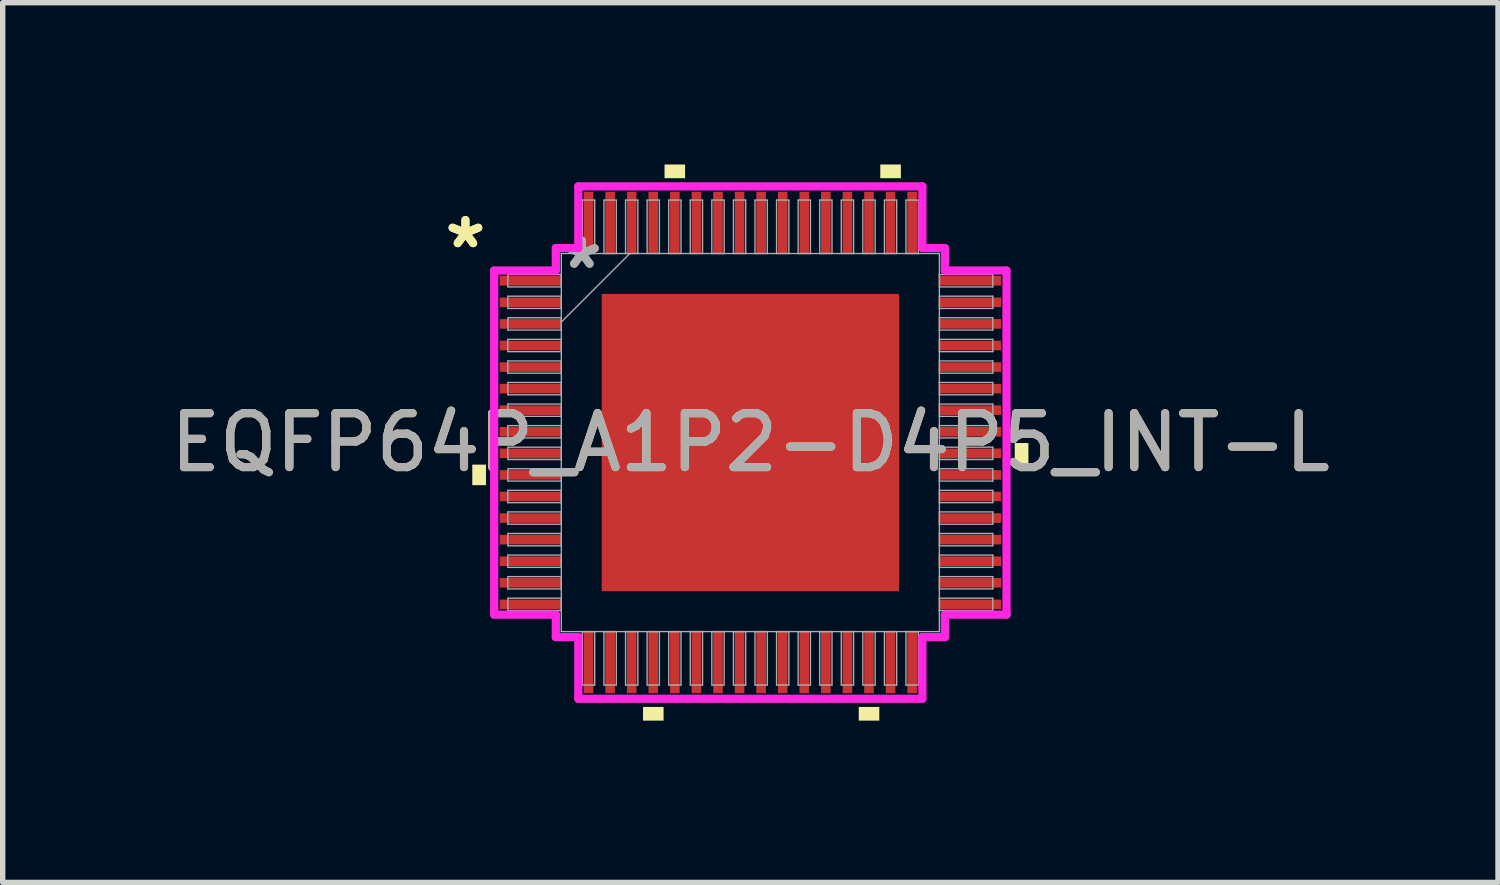
<source format=kicad_pcb>
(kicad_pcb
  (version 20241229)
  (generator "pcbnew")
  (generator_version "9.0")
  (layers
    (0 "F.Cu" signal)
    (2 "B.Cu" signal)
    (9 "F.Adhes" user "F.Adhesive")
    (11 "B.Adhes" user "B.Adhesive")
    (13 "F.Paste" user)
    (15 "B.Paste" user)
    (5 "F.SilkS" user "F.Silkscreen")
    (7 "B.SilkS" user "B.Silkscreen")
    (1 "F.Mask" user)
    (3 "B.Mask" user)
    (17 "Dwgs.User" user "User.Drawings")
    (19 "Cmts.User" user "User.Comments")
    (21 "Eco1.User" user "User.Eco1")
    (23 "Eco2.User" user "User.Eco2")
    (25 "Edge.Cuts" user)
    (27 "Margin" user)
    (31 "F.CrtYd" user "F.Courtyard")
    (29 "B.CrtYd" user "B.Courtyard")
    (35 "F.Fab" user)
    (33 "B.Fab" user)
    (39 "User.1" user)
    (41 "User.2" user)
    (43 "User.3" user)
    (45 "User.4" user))
  (footprint "EQFP64P_A1P2-D4P5_INT-L"
    (layer "F.Cu")
    (at 10.863 5.156)
    (property "Reference" "EQFP64P_A1P2-D4P5_INT-L" (at 0 0 0) (unlocked yes) (layer "F.SilkS") (effects (font (size 1 1) (thickness 0.15))))
    (attr smd)
    (fp_poly (pts (xy -5.156 0.409) (xy -5.156 0.79) (xy -4.902 0.79) (xy -4.902 0.409)) (stroke (width 0) (type solid)) (fill yes) (layer "F.SilkS"))
    (fp_poly (pts (xy -1.99 4.902) (xy -1.99 5.156) (xy -1.609 5.156) (xy -1.609 4.902)) (stroke (width 0) (type solid)) (fill yes) (layer "F.SilkS"))
    (fp_poly (pts (xy -1.591 -4.902) (xy -1.591 -5.156) (xy -1.21 -5.156) (xy -1.21 -4.902)) (stroke (width 0) (type solid)) (fill yes) (layer "F.SilkS"))
    (fp_poly (pts (xy 2.01 4.902) (xy 2.01 5.156) (xy 2.391 5.156) (xy 2.391 4.902)) (stroke (width 0) (type solid)) (fill yes) (layer "F.SilkS"))
    (fp_poly (pts (xy 2.409 -4.902) (xy 2.409 -5.156) (xy 2.791 -5.156) (xy 2.791 -4.902)) (stroke (width 0) (type solid)) (fill yes) (layer "F.SilkS"))
    (fp_poly (pts (xy 5.156 0.009) (xy 5.156 0.391) (xy 4.902 0.391) (xy 4.902 0.009)) (stroke (width 0) (type solid)) (fill yes) (layer "F.SilkS"))
    (fp_poly (pts (xy -2.656 -2.656) (xy -2.656 -1.478) (xy -1.478 -1.478) (xy -1.478 -2.656)) (stroke (width 0) (type solid)) (fill yes) (layer "F.Paste"))
    (fp_poly (pts (xy -2.656 -1.278) (xy -2.656 -0.1) (xy -1.478 -0.1) (xy -1.478 -1.278)) (stroke (width 0) (type solid)) (fill yes) (layer "F.Paste"))
    (fp_poly (pts (xy -2.656 0.1) (xy -2.656 1.278) (xy -1.478 1.278) (xy -1.478 0.1)) (stroke (width 0) (type solid)) (fill yes) (layer "F.Paste"))
    (fp_poly (pts (xy -2.656 1.478) (xy -2.656 2.656) (xy -1.478 2.656) (xy -1.478 1.478)) (stroke (width 0) (type solid)) (fill yes) (layer "F.Paste"))
    (fp_poly (pts (xy -1.278 -2.656) (xy -1.278 -1.478) (xy -0.1 -1.478) (xy -0.1 -2.656)) (stroke (width 0) (type solid)) (fill yes) (layer "F.Paste"))
    (fp_poly (pts (xy -1.278 -1.278) (xy -1.278 -0.1) (xy -0.1 -0.1) (xy -0.1 -1.278)) (stroke (width 0) (type solid)) (fill yes) (layer "F.Paste"))
    (fp_poly (pts (xy -1.278 0.1) (xy -1.278 1.278) (xy -0.1 1.278) (xy -0.1 0.1)) (stroke (width 0) (type solid)) (fill yes) (layer "F.Paste"))
    (fp_poly (pts (xy -1.278 1.478) (xy -1.278 2.656) (xy -0.1 2.656) (xy -0.1 1.478)) (stroke (width 0) (type solid)) (fill yes) (layer "F.Paste"))
    (fp_poly (pts (xy 0.1 -2.656) (xy 0.1 -1.478) (xy 1.278 -1.478) (xy 1.278 -2.656)) (stroke (width 0) (type solid)) (fill yes) (layer "F.Paste"))
    (fp_poly (pts (xy 0.1 -1.278) (xy 0.1 -0.1) (xy 1.278 -0.1) (xy 1.278 -1.278)) (stroke (width 0) (type solid)) (fill yes) (layer "F.Paste"))
    (fp_poly (pts (xy 0.1 0.1) (xy 0.1 1.278) (xy 1.278 1.278) (xy 1.278 0.1)) (stroke (width 0) (type solid)) (fill yes) (layer "F.Paste"))
    (fp_poly (pts (xy 0.1 1.478) (xy 0.1 2.656) (xy 1.278 2.656) (xy 1.278 1.478)) (stroke (width 0) (type solid)) (fill yes) (layer "F.Paste"))
    (fp_poly (pts (xy 1.478 -2.656) (xy 1.478 -1.478) (xy 2.656 -1.478) (xy 2.656 -2.656)) (stroke (width 0) (type solid)) (fill yes) (layer "F.Paste"))
    (fp_poly (pts (xy 1.478 -1.278) (xy 1.478 -0.1) (xy 2.656 -0.1) (xy 2.656 -1.278)) (stroke (width 0) (type solid)) (fill yes) (layer "F.Paste"))
    (fp_poly (pts (xy 1.478 0.1) (xy 1.478 1.278) (xy 2.656 1.278) (xy 2.656 0.1)) (stroke (width 0) (type solid)) (fill yes) (layer "F.Paste"))
    (fp_poly (pts (xy 1.478 1.478) (xy 1.478 2.656) (xy 2.656 2.656) (xy 2.656 1.478)) (stroke (width 0) (type solid)) (fill yes) (layer "F.Paste"))
    (fp_line (start -4.75 -3.19) (end -3.607 -3.19) (stroke (width 0.152) (type solid)) (layer "F.CrtYd"))
    (fp_line (start -4.75 3.19) (end -4.75 -3.19) (stroke (width 0.152) (type solid)) (layer "F.CrtYd"))
    (fp_line (start -3.607 -3.607) (end -3.19 -3.607) (stroke (width 0.152) (type solid)) (layer "F.CrtYd"))
    (fp_line (start -3.607 -3.19) (end -3.607 -3.607) (stroke (width 0.152) (type solid)) (layer "F.CrtYd"))
    (fp_line (start -3.607 3.19) (end -4.75 3.19) (stroke (width 0.152) (type solid)) (layer "F.CrtYd"))
    (fp_line (start -3.607 3.607) (end -3.607 3.19) (stroke (width 0.152) (type solid)) (layer "F.CrtYd"))
    (fp_line (start -3.607 3.607) (end -3.19 3.607) (stroke (width 0.152) (type solid)) (layer "F.CrtYd"))
    (fp_line (start -3.19 -4.75) (end 3.19 -4.75) (stroke (width 0.152) (type solid)) (layer "F.CrtYd"))
    (fp_line (start -3.19 -3.607) (end -3.19 -4.75) (stroke (width 0.152) (type solid)) (layer "F.CrtYd"))
    (fp_line (start -3.19 3.607) (end -3.19 4.75) (stroke (width 0.152) (type solid)) (layer "F.CrtYd"))
    (fp_line (start -3.19 4.75) (end 3.19 4.75) (stroke (width 0.152) (type solid)) (layer "F.CrtYd"))
    (fp_line (start 3.19 -4.75) (end 3.19 -3.607) (stroke (width 0.152) (type solid)) (layer "F.CrtYd"))
    (fp_line (start 3.19 -3.607) (end 3.607 -3.607) (stroke (width 0.152) (type solid)) (layer "F.CrtYd"))
    (fp_line (start 3.19 3.607) (end 3.607 3.607) (stroke (width 0.152) (type solid)) (layer "F.CrtYd"))
    (fp_line (start 3.19 4.75) (end 3.19 3.607) (stroke (width 0.152) (type solid)) (layer "F.CrtYd"))
    (fp_line (start 3.607 -3.19) (end 3.607 -3.607) (stroke (width 0.152) (type solid)) (layer "F.CrtYd"))
    (fp_line (start 3.607 3.19) (end 4.75 3.19) (stroke (width 0.152) (type solid)) (layer "F.CrtYd"))
    (fp_line (start 3.607 3.607) (end 3.607 3.19) (stroke (width 0.152) (type solid)) (layer "F.CrtYd"))
    (fp_line (start 4.75 -3.19) (end 3.607 -3.19) (stroke (width 0.152) (type solid)) (layer "F.CrtYd"))
    (fp_line (start 4.75 3.19) (end 4.75 -3.19) (stroke (width 0.152) (type solid)) (layer "F.CrtYd"))
    (fp_line (start -4.496 -3.114) (end -4.496 -2.886) (stroke (width 0.025) (type solid)) (layer "F.Fab"))
    (fp_line (start -4.496 -2.886) (end -3.505 -2.886) (stroke (width 0.025) (type solid)) (layer "F.Fab"))
    (fp_line (start -4.496 -2.714) (end -4.496 -2.486) (stroke (width 0.025) (type solid)) (layer "F.Fab"))
    (fp_line (start -4.496 -2.486) (end -3.505 -2.486) (stroke (width 0.025) (type solid)) (layer "F.Fab"))
    (fp_line (start -4.496 -2.314) (end -4.496 -2.086) (stroke (width 0.025) (type solid)) (layer "F.Fab"))
    (fp_line (start -4.496 -2.086) (end -3.505 -2.086) (stroke (width 0.025) (type solid)) (layer "F.Fab"))
    (fp_line (start -4.496 -1.914) (end -4.496 -1.686) (stroke (width 0.025) (type solid)) (layer "F.Fab"))
    (fp_line (start -4.496 -1.686) (end -3.505 -1.686) (stroke (width 0.025) (type solid)) (layer "F.Fab"))
    (fp_line (start -4.496 -1.514) (end -4.496 -1.286) (stroke (width 0.025) (type solid)) (layer "F.Fab"))
    (fp_line (start -4.496 -1.286) (end -3.505 -1.286) (stroke (width 0.025) (type solid)) (layer "F.Fab"))
    (fp_line (start -4.496 -1.114) (end -4.496 -0.886) (stroke (width 0.025) (type solid)) (layer "F.Fab"))
    (fp_line (start -4.496 -0.886) (end -3.505 -0.886) (stroke (width 0.025) (type solid)) (layer "F.Fab"))
    (fp_line (start -4.496 -0.714) (end -4.496 -0.486) (stroke (width 0.025) (type solid)) (layer "F.Fab"))
    (fp_line (start -4.496 -0.486) (end -3.505 -0.486) (stroke (width 0.025) (type solid)) (layer "F.Fab"))
    (fp_line (start -4.496 -0.314) (end -4.496 -0.086) (stroke (width 0.025) (type solid)) (layer "F.Fab"))
    (fp_line (start -4.496 -0.086) (end -3.505 -0.086) (stroke (width 0.025) (type solid)) (layer "F.Fab"))
    (fp_line (start -4.496 0.086) (end -4.496 0.314) (stroke (width 0.025) (type solid)) (layer "F.Fab"))
    (fp_line (start -4.496 0.314) (end -3.505 0.314) (stroke (width 0.025) (type solid)) (layer "F.Fab"))
    (fp_line (start -4.496 0.486) (end -4.496 0.714) (stroke (width 0.025) (type solid)) (layer "F.Fab"))
    (fp_line (start -4.496 0.714) (end -3.505 0.714) (stroke (width 0.025) (type solid)) (layer "F.Fab"))
    (fp_line (start -4.496 0.886) (end -4.496 1.114) (stroke (width 0.025) (type solid)) (layer "F.Fab"))
    (fp_line (start -4.496 1.114) (end -3.505 1.114) (stroke (width 0.025) (type solid)) (layer "F.Fab"))
    (fp_line (start -4.496 1.286) (end -4.496 1.514) (stroke (width 0.025) (type solid)) (layer "F.Fab"))
    (fp_line (start -4.496 1.514) (end -3.505 1.514) (stroke (width 0.025) (type solid)) (layer "F.Fab"))
    (fp_line (start -4.496 1.686) (end -4.496 1.914) (stroke (width 0.025) (type solid)) (layer "F.Fab"))
    (fp_line (start -4.496 1.914) (end -3.505 1.914) (stroke (width 0.025) (type solid)) (layer "F.Fab"))
    (fp_line (start -4.496 2.086) (end -4.496 2.314) (stroke (width 0.025) (type solid)) (layer "F.Fab"))
    (fp_line (start -4.496 2.314) (end -3.505 2.314) (stroke (width 0.025) (type solid)) (layer "F.Fab"))
    (fp_line (start -4.496 2.486) (end -4.496 2.714) (stroke (width 0.025) (type solid)) (layer "F.Fab"))
    (fp_line (start -4.496 2.714) (end -3.505 2.714) (stroke (width 0.025) (type solid)) (layer "F.Fab"))
    (fp_line (start -4.496 2.886) (end -4.496 3.114) (stroke (width 0.025) (type solid)) (layer "F.Fab"))
    (fp_line (start -4.496 3.114) (end -3.505 3.114) (stroke (width 0.025) (type solid)) (layer "F.Fab"))
    (fp_line (start -3.505 -3.505) (end -3.505 3.505) (stroke (width 0.025) (type solid)) (layer "F.Fab"))
    (fp_line (start -3.505 -3.114) (end -4.496 -3.114) (stroke (width 0.025) (type solid)) (layer "F.Fab"))
    (fp_line (start -3.505 -2.886) (end -3.505 -3.114) (stroke (width 0.025) (type solid)) (layer "F.Fab"))
    (fp_line (start -3.505 -2.714) (end -4.496 -2.714) (stroke (width 0.025) (type solid)) (layer "F.Fab"))
    (fp_line (start -3.505 -2.486) (end -3.505 -2.714) (stroke (width 0.025) (type solid)) (layer "F.Fab"))
    (fp_line (start -3.505 -2.314) (end -4.496 -2.314) (stroke (width 0.025) (type solid)) (layer "F.Fab"))
    (fp_line (start -3.505 -2.235) (end -2.235 -3.505) (stroke (width 0.025) (type solid)) (layer "F.Fab"))
    (fp_line (start -3.505 -2.086) (end -3.505 -2.314) (stroke (width 0.025) (type solid)) (layer "F.Fab"))
    (fp_line (start -3.505 -1.914) (end -4.496 -1.914) (stroke (width 0.025) (type solid)) (layer "F.Fab"))
    (fp_line (start -3.505 -1.686) (end -3.505 -1.914) (stroke (width 0.025) (type solid)) (layer "F.Fab"))
    (fp_line (start -3.505 -1.514) (end -4.496 -1.514) (stroke (width 0.025) (type solid)) (layer "F.Fab"))
    (fp_line (start -3.505 -1.286) (end -3.505 -1.514) (stroke (width 0.025) (type solid)) (layer "F.Fab"))
    (fp_line (start -3.505 -1.114) (end -4.496 -1.114) (stroke (width 0.025) (type solid)) (layer "F.Fab"))
    (fp_line (start -3.505 -0.886) (end -3.505 -1.114) (stroke (width 0.025) (type solid)) (layer "F.Fab"))
    (fp_line (start -3.505 -0.714) (end -4.496 -0.714) (stroke (width 0.025) (type solid)) (layer "F.Fab"))
    (fp_line (start -3.505 -0.486) (end -3.505 -0.714) (stroke (width 0.025) (type solid)) (layer "F.Fab"))
    (fp_line (start -3.505 -0.314) (end -4.496 -0.314) (stroke (width 0.025) (type solid)) (layer "F.Fab"))
    (fp_line (start -3.505 -0.086) (end -3.505 -0.314) (stroke (width 0.025) (type solid)) (layer "F.Fab"))
    (fp_line (start -3.505 0.086) (end -4.496 0.086) (stroke (width 0.025) (type solid)) (layer "F.Fab"))
    (fp_line (start -3.505 0.314) (end -3.505 0.086) (stroke (width 0.025) (type solid)) (layer "F.Fab"))
    (fp_line (start -3.505 0.486) (end -4.496 0.486) (stroke (width 0.025) (type solid)) (layer "F.Fab"))
    (fp_line (start -3.505 0.714) (end -3.505 0.486) (stroke (width 0.025) (type solid)) (layer "F.Fab"))
    (fp_line (start -3.505 0.886) (end -4.496 0.886) (stroke (width 0.025) (type solid)) (layer "F.Fab"))
    (fp_line (start -3.505 1.114) (end -3.505 0.886) (stroke (width 0.025) (type solid)) (layer "F.Fab"))
    (fp_line (start -3.505 1.286) (end -4.496 1.286) (stroke (width 0.025) (type solid)) (layer "F.Fab"))
    (fp_line (start -3.505 1.514) (end -3.505 1.286) (stroke (width 0.025) (type solid)) (layer "F.Fab"))
    (fp_line (start -3.505 1.686) (end -4.496 1.686) (stroke (width 0.025) (type solid)) (layer "F.Fab"))
    (fp_line (start -3.505 1.914) (end -3.505 1.686) (stroke (width 0.025) (type solid)) (layer "F.Fab"))
    (fp_line (start -3.505 2.086) (end -4.496 2.086) (stroke (width 0.025) (type solid)) (layer "F.Fab"))
    (fp_line (start -3.505 2.314) (end -3.505 2.086) (stroke (width 0.025) (type solid)) (layer "F.Fab"))
    (fp_line (start -3.505 2.486) (end -4.496 2.486) (stroke (width 0.025) (type solid)) (layer "F.Fab"))
    (fp_line (start -3.505 2.714) (end -3.505 2.486) (stroke (width 0.025) (type solid)) (layer "F.Fab"))
    (fp_line (start -3.505 2.886) (end -4.496 2.886) (stroke (width 0.025) (type solid)) (layer "F.Fab"))
    (fp_line (start -3.505 3.114) (end -3.505 2.886) (stroke (width 0.025) (type solid)) (layer "F.Fab"))
    (fp_line (start -3.505 3.505) (end 3.505 3.505) (stroke (width 0.025) (type solid)) (layer "F.Fab"))
    (fp_line (start -3.114 -4.496) (end -3.114 -3.505) (stroke (width 0.025) (type solid)) (layer "F.Fab"))
    (fp_line (start -3.114 -3.505) (end -2.886 -3.505) (stroke (width 0.025) (type solid)) (layer "F.Fab"))
    (fp_line (start -3.114 3.505) (end -3.114 4.496) (stroke (width 0.025) (type solid)) (layer "F.Fab"))
    (fp_line (start -3.114 4.496) (end -2.886 4.496) (stroke (width 0.025) (type solid)) (layer "F.Fab"))
    (fp_line (start -2.886 -4.496) (end -3.114 -4.496) (stroke (width 0.025) (type solid)) (layer "F.Fab"))
    (fp_line (start -2.886 -3.505) (end -2.886 -4.496) (stroke (width 0.025) (type solid)) (layer "F.Fab"))
    (fp_line (start -2.886 3.505) (end -3.114 3.505) (stroke (width 0.025) (type solid)) (layer "F.Fab"))
    (fp_line (start -2.886 4.496) (end -2.886 3.505) (stroke (width 0.025) (type solid)) (layer "F.Fab"))
    (fp_line (start -2.714 -4.496) (end -2.714 -3.505) (stroke (width 0.025) (type solid)) (layer "F.Fab"))
    (fp_line (start -2.714 -3.505) (end -2.486 -3.505) (stroke (width 0.025) (type solid)) (layer "F.Fab"))
    (fp_line (start -2.714 3.505) (end -2.714 4.496) (stroke (width 0.025) (type solid)) (layer "F.Fab"))
    (fp_line (start -2.714 4.496) (end -2.486 4.496) (stroke (width 0.025) (type solid)) (layer "F.Fab"))
    (fp_line (start -2.486 -4.496) (end -2.714 -4.496) (stroke (width 0.025) (type solid)) (layer "F.Fab"))
    (fp_line (start -2.486 -3.505) (end -2.486 -4.496) (stroke (width 0.025) (type solid)) (layer "F.Fab"))
    (fp_line (start -2.486 3.505) (end -2.714 3.505) (stroke (width 0.025) (type solid)) (layer "F.Fab"))
    (fp_line (start -2.486 4.496) (end -2.486 3.505) (stroke (width 0.025) (type solid)) (layer "F.Fab"))
    (fp_line (start -2.314 -4.496) (end -2.314 -3.505) (stroke (width 0.025) (type solid)) (layer "F.Fab"))
    (fp_line (start -2.314 -3.505) (end -2.086 -3.505) (stroke (width 0.025) (type solid)) (layer "F.Fab"))
    (fp_line (start -2.314 3.505) (end -2.314 4.496) (stroke (width 0.025) (type solid)) (layer "F.Fab"))
    (fp_line (start -2.314 4.496) (end -2.086 4.496) (stroke (width 0.025) (type solid)) (layer "F.Fab"))
    (fp_line (start -2.086 -4.496) (end -2.314 -4.496) (stroke (width 0.025) (type solid)) (layer "F.Fab"))
    (fp_line (start -2.086 -3.505) (end -2.086 -4.496) (stroke (width 0.025) (type solid)) (layer "F.Fab"))
    (fp_line (start -2.086 3.505) (end -2.314 3.505) (stroke (width 0.025) (type solid)) (layer "F.Fab"))
    (fp_line (start -2.086 4.496) (end -2.086 3.505) (stroke (width 0.025) (type solid)) (layer "F.Fab"))
    (fp_line (start -1.914 -4.496) (end -1.914 -3.505) (stroke (width 0.025) (type solid)) (layer "F.Fab"))
    (fp_line (start -1.914 -3.505) (end -1.686 -3.505) (stroke (width 0.025) (type solid)) (layer "F.Fab"))
    (fp_line (start -1.914 3.505) (end -1.914 4.496) (stroke (width 0.025) (type solid)) (layer "F.Fab"))
    (fp_line (start -1.914 4.496) (end -1.686 4.496) (stroke (width 0.025) (type solid)) (layer "F.Fab"))
    (fp_line (start -1.686 -4.496) (end -1.914 -4.496) (stroke (width 0.025) (type solid)) (layer "F.Fab"))
    (fp_line (start -1.686 -3.505) (end -1.686 -4.496) (stroke (width 0.025) (type solid)) (layer "F.Fab"))
    (fp_line (start -1.686 3.505) (end -1.914 3.505) (stroke (width 0.025) (type solid)) (layer "F.Fab"))
    (fp_line (start -1.686 4.496) (end -1.686 3.505) (stroke (width 0.025) (type solid)) (layer "F.Fab"))
    (fp_line (start -1.514 -4.496) (end -1.514 -3.505) (stroke (width 0.025) (type solid)) (layer "F.Fab"))
    (fp_line (start -1.514 -3.505) (end -1.286 -3.505) (stroke (width 0.025) (type solid)) (layer "F.Fab"))
    (fp_line (start -1.514 3.505) (end -1.514 4.496) (stroke (width 0.025) (type solid)) (layer "F.Fab"))
    (fp_line (start -1.514 4.496) (end -1.286 4.496) (stroke (width 0.025) (type solid)) (layer "F.Fab"))
    (fp_line (start -1.286 -4.496) (end -1.514 -4.496) (stroke (width 0.025) (type solid)) (layer "F.Fab"))
    (fp_line (start -1.286 -3.505) (end -1.286 -4.496) (stroke (width 0.025) (type solid)) (layer "F.Fab"))
    (fp_line (start -1.286 3.505) (end -1.514 3.505) (stroke (width 0.025) (type solid)) (layer "F.Fab"))
    (fp_line (start -1.286 4.496) (end -1.286 3.505) (stroke (width 0.025) (type solid)) (layer "F.Fab"))
    (fp_line (start -1.114 -4.496) (end -1.114 -3.505) (stroke (width 0.025) (type solid)) (layer "F.Fab"))
    (fp_line (start -1.114 -3.505) (end -0.886 -3.505) (stroke (width 0.025) (type solid)) (layer "F.Fab"))
    (fp_line (start -1.114 3.505) (end -1.114 4.496) (stroke (width 0.025) (type solid)) (layer "F.Fab"))
    (fp_line (start -1.114 4.496) (end -0.886 4.496) (stroke (width 0.025) (type solid)) (layer "F.Fab"))
    (fp_line (start -0.886 -4.496) (end -1.114 -4.496) (stroke (width 0.025) (type solid)) (layer "F.Fab"))
    (fp_line (start -0.886 -3.505) (end -0.886 -4.496) (stroke (width 0.025) (type solid)) (layer "F.Fab"))
    (fp_line (start -0.886 3.505) (end -1.114 3.505) (stroke (width 0.025) (type solid)) (layer "F.Fab"))
    (fp_line (start -0.886 4.496) (end -0.886 3.505) (stroke (width 0.025) (type solid)) (layer "F.Fab"))
    (fp_line (start -0.714 -4.496) (end -0.714 -3.505) (stroke (width 0.025) (type solid)) (layer "F.Fab"))
    (fp_line (start -0.714 -3.505) (end -0.486 -3.505) (stroke (width 0.025) (type solid)) (layer "F.Fab"))
    (fp_line (start -0.714 3.505) (end -0.714 4.496) (stroke (width 0.025) (type solid)) (layer "F.Fab"))
    (fp_line (start -0.714 4.496) (end -0.486 4.496) (stroke (width 0.025) (type solid)) (layer "F.Fab"))
    (fp_line (start -0.486 -4.496) (end -0.714 -4.496) (stroke (width 0.025) (type solid)) (layer "F.Fab"))
    (fp_line (start -0.486 -3.505) (end -0.486 -4.496) (stroke (width 0.025) (type solid)) (layer "F.Fab"))
    (fp_line (start -0.486 3.505) (end -0.714 3.505) (stroke (width 0.025) (type solid)) (layer "F.Fab"))
    (fp_line (start -0.486 4.496) (end -0.486 3.505) (stroke (width 0.025) (type solid)) (layer "F.Fab"))
    (fp_line (start -0.314 -4.496) (end -0.314 -3.505) (stroke (width 0.025) (type solid)) (layer "F.Fab"))
    (fp_line (start -0.314 -3.505) (end -0.086 -3.505) (stroke (width 0.025) (type solid)) (layer "F.Fab"))
    (fp_line (start -0.314 3.505) (end -0.314 4.496) (stroke (width 0.025) (type solid)) (layer "F.Fab"))
    (fp_line (start -0.314 4.496) (end -0.086 4.496) (stroke (width 0.025) (type solid)) (layer "F.Fab"))
    (fp_line (start -0.086 -4.496) (end -0.314 -4.496) (stroke (width 0.025) (type solid)) (layer "F.Fab"))
    (fp_line (start -0.086 -3.505) (end -0.086 -4.496) (stroke (width 0.025) (type solid)) (layer "F.Fab"))
    (fp_line (start -0.086 3.505) (end -0.314 3.505) (stroke (width 0.025) (type solid)) (layer "F.Fab"))
    (fp_line (start -0.086 4.496) (end -0.086 3.505) (stroke (width 0.025) (type solid)) (layer "F.Fab"))
    (fp_line (start 0.086 -4.496) (end 0.086 -3.505) (stroke (width 0.025) (type solid)) (layer "F.Fab"))
    (fp_line (start 0.086 -3.505) (end 0.314 -3.505) (stroke (width 0.025) (type solid)) (layer "F.Fab"))
    (fp_line (start 0.086 3.505) (end 0.086 4.496) (stroke (width 0.025) (type solid)) (layer "F.Fab"))
    (fp_line (start 0.086 4.496) (end 0.314 4.496) (stroke (width 0.025) (type solid)) (layer "F.Fab"))
    (fp_line (start 0.314 -4.496) (end 0.086 -4.496) (stroke (width 0.025) (type solid)) (layer "F.Fab"))
    (fp_line (start 0.314 -3.505) (end 0.314 -4.496) (stroke (width 0.025) (type solid)) (layer "F.Fab"))
    (fp_line (start 0.314 3.505) (end 0.086 3.505) (stroke (width 0.025) (type solid)) (layer "F.Fab"))
    (fp_line (start 0.314 4.496) (end 0.314 3.505) (stroke (width 0.025) (type solid)) (layer "F.Fab"))
    (fp_line (start 0.486 -4.496) (end 0.486 -3.505) (stroke (width 0.025) (type solid)) (layer "F.Fab"))
    (fp_line (start 0.486 -3.505) (end 0.714 -3.505) (stroke (width 0.025) (type solid)) (layer "F.Fab"))
    (fp_line (start 0.486 3.505) (end 0.486 4.496) (stroke (width 0.025) (type solid)) (layer "F.Fab"))
    (fp_line (start 0.486 4.496) (end 0.714 4.496) (stroke (width 0.025) (type solid)) (layer "F.Fab"))
    (fp_line (start 0.714 -4.496) (end 0.486 -4.496) (stroke (width 0.025) (type solid)) (layer "F.Fab"))
    (fp_line (start 0.714 -3.505) (end 0.714 -4.496) (stroke (width 0.025) (type solid)) (layer "F.Fab"))
    (fp_line (start 0.714 3.505) (end 0.486 3.505) (stroke (width 0.025) (type solid)) (layer "F.Fab"))
    (fp_line (start 0.714 4.496) (end 0.714 3.505) (stroke (width 0.025) (type solid)) (layer "F.Fab"))
    (fp_line (start 0.886 -4.496) (end 0.886 -3.505) (stroke (width 0.025) (type solid)) (layer "F.Fab"))
    (fp_line (start 0.886 -3.505) (end 1.114 -3.505) (stroke (width 0.025) (type solid)) (layer "F.Fab"))
    (fp_line (start 0.886 3.505) (end 0.886 4.496) (stroke (width 0.025) (type solid)) (layer "F.Fab"))
    (fp_line (start 0.886 4.496) (end 1.114 4.496) (stroke (width 0.025) (type solid)) (layer "F.Fab"))
    (fp_line (start 1.114 -4.496) (end 0.886 -4.496) (stroke (width 0.025) (type solid)) (layer "F.Fab"))
    (fp_line (start 1.114 -3.505) (end 1.114 -4.496) (stroke (width 0.025) (type solid)) (layer "F.Fab"))
    (fp_line (start 1.114 3.505) (end 0.886 3.505) (stroke (width 0.025) (type solid)) (layer "F.Fab"))
    (fp_line (start 1.114 4.496) (end 1.114 3.505) (stroke (width 0.025) (type solid)) (layer "F.Fab"))
    (fp_line (start 1.286 -4.496) (end 1.286 -3.505) (stroke (width 0.025) (type solid)) (layer "F.Fab"))
    (fp_line (start 1.286 -3.505) (end 1.514 -3.505) (stroke (width 0.025) (type solid)) (layer "F.Fab"))
    (fp_line (start 1.286 3.505) (end 1.286 4.496) (stroke (width 0.025) (type solid)) (layer "F.Fab"))
    (fp_line (start 1.286 4.496) (end 1.514 4.496) (stroke (width 0.025) (type solid)) (layer "F.Fab"))
    (fp_line (start 1.514 -4.496) (end 1.286 -4.496) (stroke (width 0.025) (type solid)) (layer "F.Fab"))
    (fp_line (start 1.514 -3.505) (end 1.514 -4.496) (stroke (width 0.025) (type solid)) (layer "F.Fab"))
    (fp_line (start 1.514 3.505) (end 1.286 3.505) (stroke (width 0.025) (type solid)) (layer "F.Fab"))
    (fp_line (start 1.514 4.496) (end 1.514 3.505) (stroke (width 0.025) (type solid)) (layer "F.Fab"))
    (fp_line (start 1.686 -4.496) (end 1.686 -3.505) (stroke (width 0.025) (type solid)) (layer "F.Fab"))
    (fp_line (start 1.686 -3.505) (end 1.914 -3.505) (stroke (width 0.025) (type solid)) (layer "F.Fab"))
    (fp_line (start 1.686 3.505) (end 1.686 4.496) (stroke (width 0.025) (type solid)) (layer "F.Fab"))
    (fp_line (start 1.686 4.496) (end 1.914 4.496) (stroke (width 0.025) (type solid)) (layer "F.Fab"))
    (fp_line (start 1.914 -4.496) (end 1.686 -4.496) (stroke (width 0.025) (type solid)) (layer "F.Fab"))
    (fp_line (start 1.914 -3.505) (end 1.914 -4.496) (stroke (width 0.025) (type solid)) (layer "F.Fab"))
    (fp_line (start 1.914 3.505) (end 1.686 3.505) (stroke (width 0.025) (type solid)) (layer "F.Fab"))
    (fp_line (start 1.914 4.496) (end 1.914 3.505) (stroke (width 0.025) (type solid)) (layer "F.Fab"))
    (fp_line (start 2.086 -4.496) (end 2.086 -3.505) (stroke (width 0.025) (type solid)) (layer "F.Fab"))
    (fp_line (start 2.086 -3.505) (end 2.314 -3.505) (stroke (width 0.025) (type solid)) (layer "F.Fab"))
    (fp_line (start 2.086 3.505) (end 2.086 4.496) (stroke (width 0.025) (type solid)) (layer "F.Fab"))
    (fp_line (start 2.086 4.496) (end 2.314 4.496) (stroke (width 0.025) (type solid)) (layer "F.Fab"))
    (fp_line (start 2.314 -4.496) (end 2.086 -4.496) (stroke (width 0.025) (type solid)) (layer "F.Fab"))
    (fp_line (start 2.314 -3.505) (end 2.314 -4.496) (stroke (width 0.025) (type solid)) (layer "F.Fab"))
    (fp_line (start 2.314 3.505) (end 2.086 3.505) (stroke (width 0.025) (type solid)) (layer "F.Fab"))
    (fp_line (start 2.314 4.496) (end 2.314 3.505) (stroke (width 0.025) (type solid)) (layer "F.Fab"))
    (fp_line (start 2.486 -4.496) (end 2.486 -3.505) (stroke (width 0.025) (type solid)) (layer "F.Fab"))
    (fp_line (start 2.486 -3.505) (end 2.714 -3.505) (stroke (width 0.025) (type solid)) (layer "F.Fab"))
    (fp_line (start 2.486 3.505) (end 2.486 4.496) (stroke (width 0.025) (type solid)) (layer "F.Fab"))
    (fp_line (start 2.486 4.496) (end 2.714 4.496) (stroke (width 0.025) (type solid)) (layer "F.Fab"))
    (fp_line (start 2.714 -4.496) (end 2.486 -4.496) (stroke (width 0.025) (type solid)) (layer "F.Fab"))
    (fp_line (start 2.714 -3.505) (end 2.714 -4.496) (stroke (width 0.025) (type solid)) (layer "F.Fab"))
    (fp_line (start 2.714 3.505) (end 2.486 3.505) (stroke (width 0.025) (type solid)) (layer "F.Fab"))
    (fp_line (start 2.714 4.496) (end 2.714 3.505) (stroke (width 0.025) (type solid)) (layer "F.Fab"))
    (fp_line (start 2.886 -4.496) (end 2.886 -3.505) (stroke (width 0.025) (type solid)) (layer "F.Fab"))
    (fp_line (start 2.886 -3.505) (end 3.114 -3.505) (stroke (width 0.025) (type solid)) (layer "F.Fab"))
    (fp_line (start 2.886 3.505) (end 2.886 4.496) (stroke (width 0.025) (type solid)) (layer "F.Fab"))
    (fp_line (start 2.886 4.496) (end 3.114 4.496) (stroke (width 0.025) (type solid)) (layer "F.Fab"))
    (fp_line (start 3.114 -4.496) (end 2.886 -4.496) (stroke (width 0.025) (type solid)) (layer "F.Fab"))
    (fp_line (start 3.114 -3.505) (end 3.114 -4.496) (stroke (width 0.025) (type solid)) (layer "F.Fab"))
    (fp_line (start 3.114 3.505) (end 2.886 3.505) (stroke (width 0.025) (type solid)) (layer "F.Fab"))
    (fp_line (start 3.114 4.496) (end 3.114 3.505) (stroke (width 0.025) (type solid)) (layer "F.Fab"))
    (fp_line (start 3.505 -3.505) (end -3.505 -3.505) (stroke (width 0.025) (type solid)) (layer "F.Fab"))
    (fp_line (start 3.505 -3.114) (end 3.505 -2.886) (stroke (width 0.025) (type solid)) (layer "F.Fab"))
    (fp_line (start 3.505 -2.886) (end 4.496 -2.886) (stroke (width 0.025) (type solid)) (layer "F.Fab"))
    (fp_line (start 3.505 -2.714) (end 3.505 -2.486) (stroke (width 0.025) (type solid)) (layer "F.Fab"))
    (fp_line (start 3.505 -2.486) (end 4.496 -2.486) (stroke (width 0.025) (type solid)) (layer "F.Fab"))
    (fp_line (start 3.505 -2.314) (end 3.505 -2.086) (stroke (width 0.025) (type solid)) (layer "F.Fab"))
    (fp_line (start 3.505 -2.086) (end 4.496 -2.086) (stroke (width 0.025) (type solid)) (layer "F.Fab"))
    (fp_line (start 3.505 -1.914) (end 3.505 -1.686) (stroke (width 0.025) (type solid)) (layer "F.Fab"))
    (fp_line (start 3.505 -1.686) (end 4.496 -1.686) (stroke (width 0.025) (type solid)) (layer "F.Fab"))
    (fp_line (start 3.505 -1.514) (end 3.505 -1.286) (stroke (width 0.025) (type solid)) (layer "F.Fab"))
    (fp_line (start 3.505 -1.286) (end 4.496 -1.286) (stroke (width 0.025) (type solid)) (layer "F.Fab"))
    (fp_line (start 3.505 -1.114) (end 3.505 -0.886) (stroke (width 0.025) (type solid)) (layer "F.Fab"))
    (fp_line (start 3.505 -0.886) (end 4.496 -0.886) (stroke (width 0.025) (type solid)) (layer "F.Fab"))
    (fp_line (start 3.505 -0.714) (end 3.505 -0.486) (stroke (width 0.025) (type solid)) (layer "F.Fab"))
    (fp_line (start 3.505 -0.486) (end 4.496 -0.486) (stroke (width 0.025) (type solid)) (layer "F.Fab"))
    (fp_line (start 3.505 -0.314) (end 3.505 -0.086) (stroke (width 0.025) (type solid)) (layer "F.Fab"))
    (fp_line (start 3.505 -0.086) (end 4.496 -0.086) (stroke (width 0.025) (type solid)) (layer "F.Fab"))
    (fp_line (start 3.505 0.086) (end 3.505 0.314) (stroke (width 0.025) (type solid)) (layer "F.Fab"))
    (fp_line (start 3.505 0.314) (end 4.496 0.314) (stroke (width 0.025) (type solid)) (layer "F.Fab"))
    (fp_line (start 3.505 0.486) (end 3.505 0.714) (stroke (width 0.025) (type solid)) (layer "F.Fab"))
    (fp_line (start 3.505 0.714) (end 4.496 0.714) (stroke (width 0.025) (type solid)) (layer "F.Fab"))
    (fp_line (start 3.505 0.886) (end 3.505 1.114) (stroke (width 0.025) (type solid)) (layer "F.Fab"))
    (fp_line (start 3.505 1.114) (end 4.496 1.114) (stroke (width 0.025) (type solid)) (layer "F.Fab"))
    (fp_line (start 3.505 1.286) (end 3.505 1.514) (stroke (width 0.025) (type solid)) (layer "F.Fab"))
    (fp_line (start 3.505 1.514) (end 4.496 1.514) (stroke (width 0.025) (type solid)) (layer "F.Fab"))
    (fp_line (start 3.505 1.686) (end 3.505 1.914) (stroke (width 0.025) (type solid)) (layer "F.Fab"))
    (fp_line (start 3.505 1.914) (end 4.496 1.914) (stroke (width 0.025) (type solid)) (layer "F.Fab"))
    (fp_line (start 3.505 2.086) (end 3.505 2.314) (stroke (width 0.025) (type solid)) (layer "F.Fab"))
    (fp_line (start 3.505 2.314) (end 4.496 2.314) (stroke (width 0.025) (type solid)) (layer "F.Fab"))
    (fp_line (start 3.505 2.486) (end 3.505 2.714) (stroke (width 0.025) (type solid)) (layer "F.Fab"))
    (fp_line (start 3.505 2.714) (end 4.496 2.714) (stroke (width 0.025) (type solid)) (layer "F.Fab"))
    (fp_line (start 3.505 2.886) (end 3.505 3.114) (stroke (width 0.025) (type solid)) (layer "F.Fab"))
    (fp_line (start 3.505 3.114) (end 4.496 3.114) (stroke (width 0.025) (type solid)) (layer "F.Fab"))
    (fp_line (start 3.505 3.505) (end 3.505 -3.505) (stroke (width 0.025) (type solid)) (layer "F.Fab"))
    (fp_line (start 4.496 -3.114) (end 3.505 -3.114) (stroke (width 0.025) (type solid)) (layer "F.Fab"))
    (fp_line (start 4.496 -2.886) (end 4.496 -3.114) (stroke (width 0.025) (type solid)) (layer "F.Fab"))
    (fp_line (start 4.496 -2.714) (end 3.505 -2.714) (stroke (width 0.025) (type solid)) (layer "F.Fab"))
    (fp_line (start 4.496 -2.486) (end 4.496 -2.714) (stroke (width 0.025) (type solid)) (layer "F.Fab"))
    (fp_line (start 4.496 -2.314) (end 3.505 -2.314) (stroke (width 0.025) (type solid)) (layer "F.Fab"))
    (fp_line (start 4.496 -2.086) (end 4.496 -2.314) (stroke (width 0.025) (type solid)) (layer "F.Fab"))
    (fp_line (start 4.496 -1.914) (end 3.505 -1.914) (stroke (width 0.025) (type solid)) (layer "F.Fab"))
    (fp_line (start 4.496 -1.686) (end 4.496 -1.914) (stroke (width 0.025) (type solid)) (layer "F.Fab"))
    (fp_line (start 4.496 -1.514) (end 3.505 -1.514) (stroke (width 0.025) (type solid)) (layer "F.Fab"))
    (fp_line (start 4.496 -1.286) (end 4.496 -1.514) (stroke (width 0.025) (type solid)) (layer "F.Fab"))
    (fp_line (start 4.496 -1.114) (end 3.505 -1.114) (stroke (width 0.025) (type solid)) (layer "F.Fab"))
    (fp_line (start 4.496 -0.886) (end 4.496 -1.114) (stroke (width 0.025) (type solid)) (layer "F.Fab"))
    (fp_line (start 4.496 -0.714) (end 3.505 -0.714) (stroke (width 0.025) (type solid)) (layer "F.Fab"))
    (fp_line (start 4.496 -0.486) (end 4.496 -0.714) (stroke (width 0.025) (type solid)) (layer "F.Fab"))
    (fp_line (start 4.496 -0.314) (end 3.505 -0.314) (stroke (width 0.025) (type solid)) (layer "F.Fab"))
    (fp_line (start 4.496 -0.086) (end 4.496 -0.314) (stroke (width 0.025) (type solid)) (layer "F.Fab"))
    (fp_line (start 4.496 0.086) (end 3.505 0.086) (stroke (width 0.025) (type solid)) (layer "F.Fab"))
    (fp_line (start 4.496 0.314) (end 4.496 0.086) (stroke (width 0.025) (type solid)) (layer "F.Fab"))
    (fp_line (start 4.496 0.486) (end 3.505 0.486) (stroke (width 0.025) (type solid)) (layer "F.Fab"))
    (fp_line (start 4.496 0.714) (end 4.496 0.486) (stroke (width 0.025) (type solid)) (layer "F.Fab"))
    (fp_line (start 4.496 0.886) (end 3.505 0.886) (stroke (width 0.025) (type solid)) (layer "F.Fab"))
    (fp_line (start 4.496 1.114) (end 4.496 0.886) (stroke (width 0.025) (type solid)) (layer "F.Fab"))
    (fp_line (start 4.496 1.286) (end 3.505 1.286) (stroke (width 0.025) (type solid)) (layer "F.Fab"))
    (fp_line (start 4.496 1.514) (end 4.496 1.286) (stroke (width 0.025) (type solid)) (layer "F.Fab"))
    (fp_line (start 4.496 1.686) (end 3.505 1.686) (stroke (width 0.025) (type solid)) (layer "F.Fab"))
    (fp_line (start 4.496 1.914) (end 4.496 1.686) (stroke (width 0.025) (type solid)) (layer "F.Fab"))
    (fp_line (start 4.496 2.086) (end 3.505 2.086) (stroke (width 0.025) (type solid)) (layer "F.Fab"))
    (fp_line (start 4.496 2.314) (end 4.496 2.086) (stroke (width 0.025) (type solid)) (layer "F.Fab"))
    (fp_line (start 4.496 2.486) (end 3.505 2.486) (stroke (width 0.025) (type solid)) (layer "F.Fab"))
    (fp_line (start 4.496 2.714) (end 4.496 2.486) (stroke (width 0.025) (type solid)) (layer "F.Fab"))
    (fp_line (start 4.496 2.886) (end 3.505 2.886) (stroke (width 0.025) (type solid)) (layer "F.Fab"))
    (fp_line (start 4.496 3.114) (end 4.496 2.886) (stroke (width 0.025) (type solid)) (layer "F.Fab"))
    (fp_text user "*" (at -5.283 -3.581 0) (unlocked yes) (layer "F.SilkS") (effects (font (size 1 1) (thickness 0.15))))
    (fp_text user "*" (at -5.283 -3.581 0) (layer "F.SilkS") (effects (font (size 1 1) (thickness 0.15))))
    (fp_text user "*" (at -3.124 -3.2 0) (unlocked yes) (layer "F.Fab") (effects (font (size 1 1) (thickness 0.15))))
    (fp_text user "*" (at -3.124 -3.2 0) (layer "F.Fab") (effects (font (size 1 1) (thickness 0.15))))
    (fp_text user "${REFERENCE}" (at 0 0 0) (unlocked yes) (layer "F.Fab") (effects (font (size 1 1) (thickness 0.15))))
    (pad "1" smd rect (at -4.077 -3 90) (size 0.178 1.143) (layers "F.Cu" "F.Mask" "F.Paste"))
    (pad "2" smd rect (at -4.077 -2.6 90) (size 0.178 1.143) (layers "F.Cu" "F.Mask" "F.Paste"))
    (pad "3" smd rect (at -4.077 -2.2 90) (size 0.178 1.143) (layers "F.Cu" "F.Mask" "F.Paste"))
    (pad "4" smd rect (at -4.077 -1.8 90) (size 0.178 1.143) (layers "F.Cu" "F.Mask" "F.Paste"))
    (pad "5" smd rect (at -4.077 -1.4 90) (size 0.178 1.143) (layers "F.Cu" "F.Mask" "F.Paste"))
    (pad "6" smd rect (at -4.077 -1 90) (size 0.178 1.143) (layers "F.Cu" "F.Mask" "F.Paste"))
    (pad "7" smd rect (at -4.077 -0.6 90) (size 0.178 1.143) (layers "F.Cu" "F.Mask" "F.Paste"))
    (pad "8" smd rect (at -4.077 -0.2 90) (size 0.178 1.143) (layers "F.Cu" "F.Mask" "F.Paste"))
    (pad "9" smd rect (at -4.077 0.2 90) (size 0.178 1.143) (layers "F.Cu" "F.Mask" "F.Paste"))
    (pad "10" smd rect (at -4.077 0.6 90) (size 0.178 1.143) (layers "F.Cu" "F.Mask" "F.Paste"))
    (pad "11" smd rect (at -4.077 1 90) (size 0.178 1.143) (layers "F.Cu" "F.Mask" "F.Paste"))
    (pad "12" smd rect (at -4.077 1.4 90) (size 0.178 1.143) (layers "F.Cu" "F.Mask" "F.Paste"))
    (pad "13" smd rect (at -4.077 1.8 90) (size 0.178 1.143) (layers "F.Cu" "F.Mask" "F.Paste"))
    (pad "14" smd rect (at -4.077 2.2 90) (size 0.178 1.143) (layers "F.Cu" "F.Mask" "F.Paste"))
    (pad "15" smd rect (at -4.077 2.6 90) (size 0.178 1.143) (layers "F.Cu" "F.Mask" "F.Paste"))
    (pad "16" smd rect (at -4.077 3 90) (size 0.178 1.143) (layers "F.Cu" "F.Mask" "F.Paste"))
    (pad "17" smd rect (at -3 4.077) (size 0.178 1.143) (layers "F.Cu" "F.Mask" "F.Paste"))
    (pad "18" smd rect (at -2.6 4.077) (size 0.178 1.143) (layers "F.Cu" "F.Mask" "F.Paste"))
    (pad "19" smd rect (at -2.2 4.077) (size 0.178 1.143) (layers "F.Cu" "F.Mask" "F.Paste"))
    (pad "20" smd rect (at -1.8 4.077) (size 0.178 1.143) (layers "F.Cu" "F.Mask" "F.Paste"))
    (pad "21" smd rect (at -1.4 4.077) (size 0.178 1.143) (layers "F.Cu" "F.Mask" "F.Paste"))
    (pad "22" smd rect (at -1 4.077) (size 0.178 1.143) (layers "F.Cu" "F.Mask" "F.Paste"))
    (pad "23" smd rect (at -0.6 4.077) (size 0.178 1.143) (layers "F.Cu" "F.Mask" "F.Paste"))
    (pad "24" smd rect (at -0.2 4.077) (size 0.178 1.143) (layers "F.Cu" "F.Mask" "F.Paste"))
    (pad "25" smd rect (at 0.2 4.077) (size 0.178 1.143) (layers "F.Cu" "F.Mask" "F.Paste"))
    (pad "26" smd rect (at 0.6 4.077) (size 0.178 1.143) (layers "F.Cu" "F.Mask" "F.Paste"))
    (pad "27" smd rect (at 1 4.077) (size 0.178 1.143) (layers "F.Cu" "F.Mask" "F.Paste"))
    (pad "28" smd rect (at 1.4 4.077) (size 0.178 1.143) (layers "F.Cu" "F.Mask" "F.Paste"))
    (pad "29" smd rect (at 1.8 4.077) (size 0.178 1.143) (layers "F.Cu" "F.Mask" "F.Paste"))
    (pad "30" smd rect (at 2.2 4.077) (size 0.178 1.143) (layers "F.Cu" "F.Mask" "F.Paste"))
    (pad "31" smd rect (at 2.6 4.077) (size 0.178 1.143) (layers "F.Cu" "F.Mask" "F.Paste"))
    (pad "32" smd rect (at 3 4.077) (size 0.178 1.143) (layers "F.Cu" "F.Mask" "F.Paste"))
    (pad "33" smd rect (at 4.077 3 90) (size 0.178 1.143) (layers "F.Cu" "F.Mask" "F.Paste"))
    (pad "34" smd rect (at 4.077 2.6 90) (size 0.178 1.143) (layers "F.Cu" "F.Mask" "F.Paste"))
    (pad "35" smd rect (at 4.077 2.2 90) (size 0.178 1.143) (layers "F.Cu" "F.Mask" "F.Paste"))
    (pad "36" smd rect (at 4.077 1.8 90) (size 0.178 1.143) (layers "F.Cu" "F.Mask" "F.Paste"))
    (pad "37" smd rect (at 4.077 1.4 90) (size 0.178 1.143) (layers "F.Cu" "F.Mask" "F.Paste"))
    (pad "38" smd rect (at 4.077 1 90) (size 0.178 1.143) (layers "F.Cu" "F.Mask" "F.Paste"))
    (pad "39" smd rect (at 4.077 0.6 90) (size 0.178 1.143) (layers "F.Cu" "F.Mask" "F.Paste"))
    (pad "40" smd rect (at 4.077 0.2 90) (size 0.178 1.143) (layers "F.Cu" "F.Mask" "F.Paste"))
    (pad "41" smd rect (at 4.077 -0.2 90) (size 0.178 1.143) (layers "F.Cu" "F.Mask" "F.Paste"))
    (pad "42" smd rect (at 4.077 -0.6 90) (size 0.178 1.143) (layers "F.Cu" "F.Mask" "F.Paste"))
    (pad "43" smd rect (at 4.077 -1 90) (size 0.178 1.143) (layers "F.Cu" "F.Mask" "F.Paste"))
    (pad "44" smd rect (at 4.077 -1.4 90) (size 0.178 1.143) (layers "F.Cu" "F.Mask" "F.Paste"))
    (pad "45" smd rect (at 4.077 -1.8 90) (size 0.178 1.143) (layers "F.Cu" "F.Mask" "F.Paste"))
    (pad "46" smd rect (at 4.077 -2.2 90) (size 0.178 1.143) (layers "F.Cu" "F.Mask" "F.Paste"))
    (pad "47" smd rect (at 4.077 -2.6 90) (size 0.178 1.143) (layers "F.Cu" "F.Mask" "F.Paste"))
    (pad "48" smd rect (at 4.077 -3 90) (size 0.178 1.143) (layers "F.Cu" "F.Mask" "F.Paste"))
    (pad "49" smd rect (at 3 -4.077) (size 0.178 1.143) (layers "F.Cu" "F.Mask" "F.Paste"))
    (pad "50" smd rect (at 2.6 -4.077) (size 0.178 1.143) (layers "F.Cu" "F.Mask" "F.Paste"))
    (pad "51" smd rect (at 2.2 -4.077) (size 0.178 1.143) (layers "F.Cu" "F.Mask" "F.Paste"))
    (pad "52" smd rect (at 1.8 -4.077) (size 0.178 1.143) (layers "F.Cu" "F.Mask" "F.Paste"))
    (pad "53" smd rect (at 1.4 -4.077) (size 0.178 1.143) (layers "F.Cu" "F.Mask" "F.Paste"))
    (pad "54" smd rect (at 1 -4.077) (size 0.178 1.143) (layers "F.Cu" "F.Mask" "F.Paste"))
    (pad "55" smd rect (at 0.6 -4.077) (size 0.178 1.143) (layers "F.Cu" "F.Mask" "F.Paste"))
    (pad "56" smd rect (at 0.2 -4.077) (size 0.178 1.143) (layers "F.Cu" "F.Mask" "F.Paste"))
    (pad "57" smd rect (at -0.2 -4.077) (size 0.178 1.143) (layers "F.Cu" "F.Mask" "F.Paste"))
    (pad "58" smd rect (at -0.6 -4.077) (size 0.178 1.143) (layers "F.Cu" "F.Mask" "F.Paste"))
    (pad "59" smd rect (at -1 -4.077) (size 0.178 1.143) (layers "F.Cu" "F.Mask" "F.Paste"))
    (pad "60" smd rect (at -1.4 -4.077) (size 0.178 1.143) (layers "F.Cu" "F.Mask" "F.Paste"))
    (pad "61" smd rect (at -1.8 -4.077) (size 0.178 1.143) (layers "F.Cu" "F.Mask" "F.Paste"))
    (pad "62" smd rect (at -2.2 -4.077) (size 0.178 1.143) (layers "F.Cu" "F.Mask" "F.Paste"))
    (pad "63" smd rect (at -2.6 -4.077) (size 0.178 1.143) (layers "F.Cu" "F.Mask" "F.Paste"))
    (pad "64" smd rect (at -3 -4.077) (size 0.178 1.143) (layers "F.Cu" "F.Mask" "F.Paste"))
    (pad "EPAD" smd rect (at 0 0) (size 5.512 5.512) (layers "F.Cu" "F.Mask")))
  (gr_rect
    (start -3 -3)
    (end 24.726 13.312)
    (stroke (width 0.1) (type default))
    (fill no)
    (layer "Edge.Cuts")))
</source>
